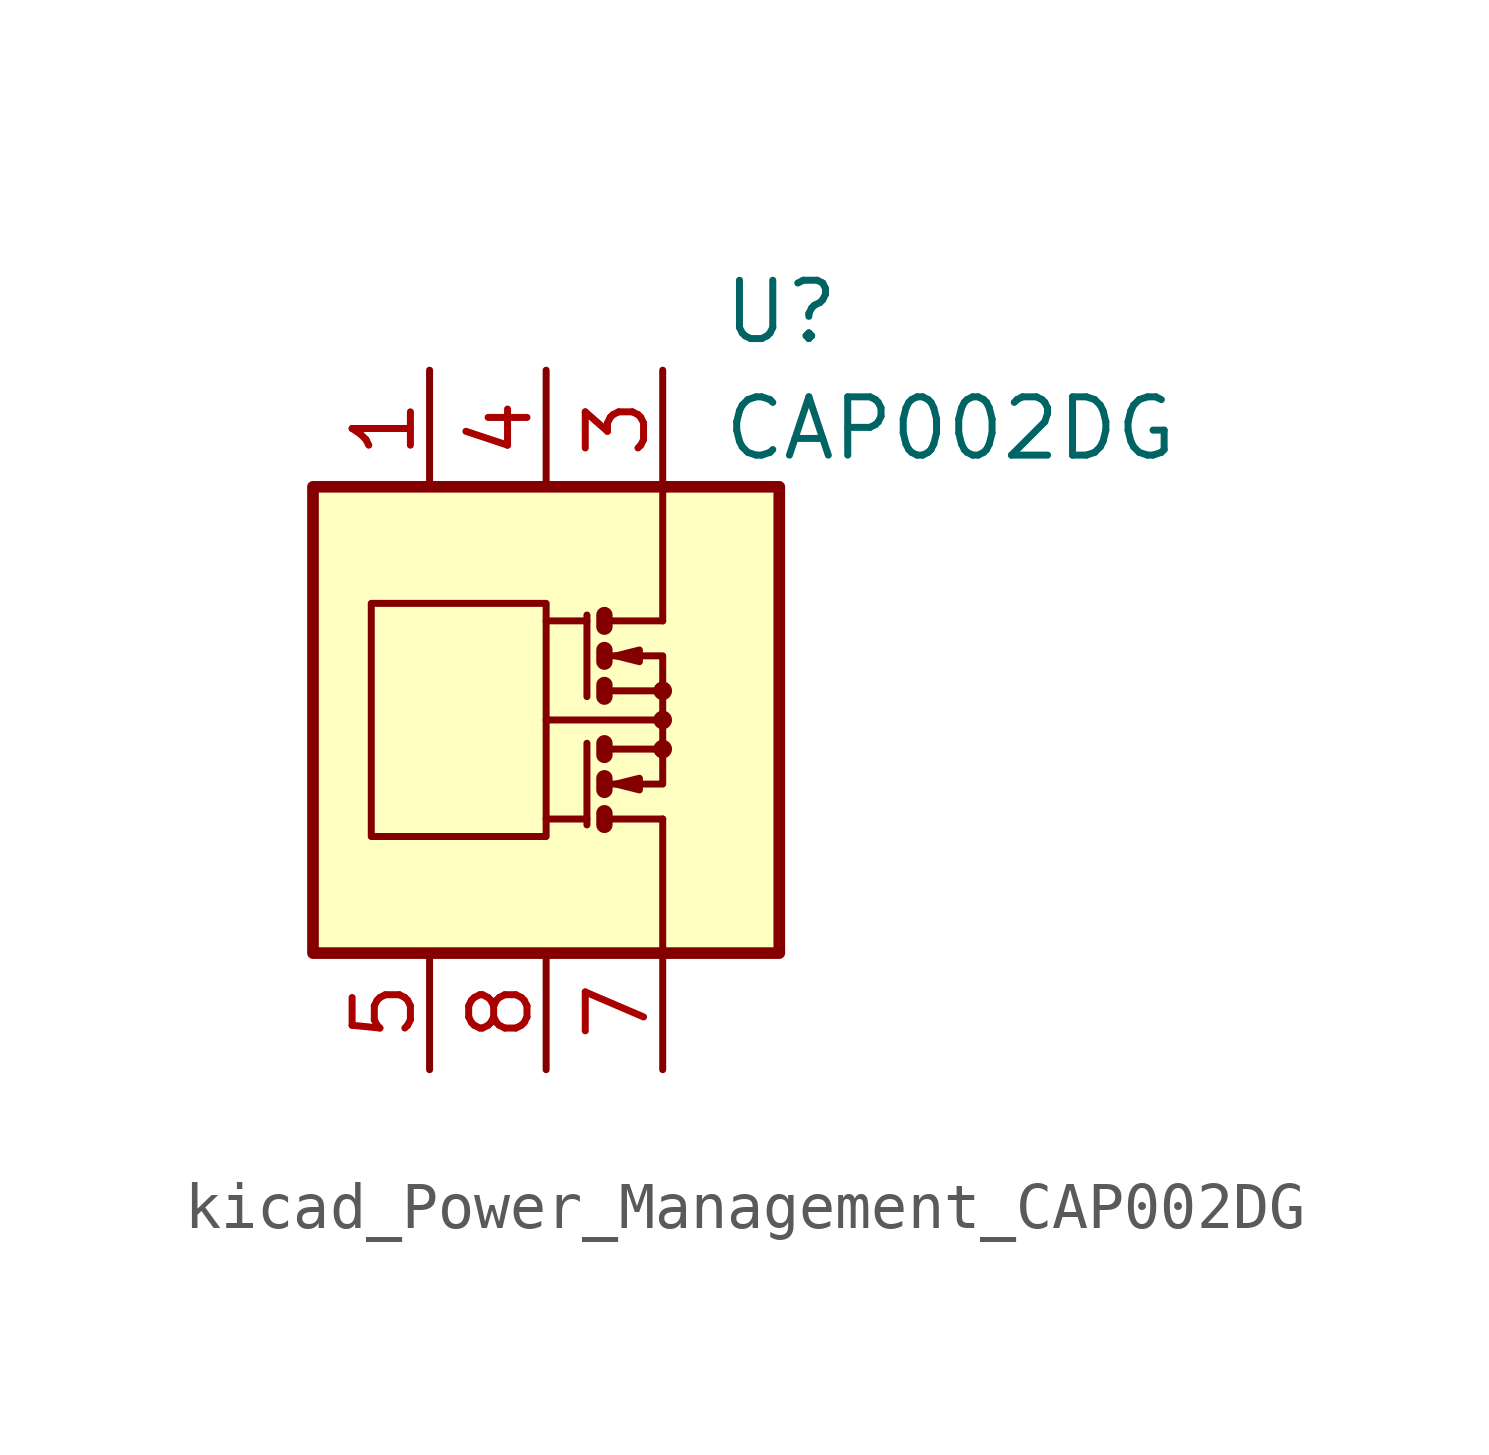
<source format=kicad_sym>
(kicad_symbol_lib
  (version 20220914)
  (generator kicad_symbol_editor)
  (symbol "kicad_Power_Management_CAP002DG"
    (pin_names
      (offset 1.27))
    (property "Reference" "U"
      (at 3.81 8.89 0)
      (effects (font (size 1.27 1.27)) (justify left)))
    (property "Value" "CAP002DG"
      (at 3.81 6.35 0)
      (effects (font (size 1.27 1.27)) (justify left)))
    (symbol "kicad_Power_Management_CAP002DG_0_1"
      (rectangle (start -5.08 5.08) (end 5.08 -5.08) (stroke (width 0.254) (type default)) (fill (type background)))
      (rectangle (start -3.81 2.54) (end 0 -2.54) (stroke (width 0) (type default)) (fill (type none)))
      (polyline (pts (xy 0.889 -2.159) (xy 0 -2.159)) (stroke (width 0) (type default)) (fill (type none)))
      (polyline (pts (xy 0.889 -0.508) (xy 0.889 -2.286)) (stroke (width 0) (type default)) (fill (type none)))
      (polyline (pts (xy 0.889 2.159) (xy 0 2.159)) (stroke (width 0) (type default)) (fill (type none)))
      (polyline (pts (xy 0.889 2.286) (xy 0.889 0.508)) (stroke (width 0) (type default)) (fill (type none)))
      (polyline (pts (xy 1.27 -2.159) (xy 2.54 -2.159)) (stroke (width 0) (type default)) (fill (type none)))
      (polyline (pts (xy 1.27 2.159) (xy 2.54 2.159)) (stroke (width 0) (type default)) (fill (type none)))
      (polyline (pts (xy 2.413 0) (xy 0 0)) (stroke (width 0) (type default)) (fill (type none)))
      (polyline (pts (xy 2.54 -2.159) (xy 2.54 -5.08)) (stroke (width 0) (type default)) (fill (type none)))
      (polyline (pts (xy 1.27 -2.032) (xy 1.27 -2.286) (xy 1.27 -2.286)) (stroke (width 0.356) (type default)) (fill (type none)))
      (polyline (pts (xy 1.27 -1.27) (xy 1.27 -1.524) (xy 1.27 -1.524)) (stroke (width 0.356) (type default)) (fill (type none)))
      (polyline (pts (xy 1.27 0.762) (xy 1.27 0.508) (xy 1.27 0.508)) (stroke (width 0.356) (type default)) (fill (type none)))
      (polyline (pts (xy 1.27 1.524) (xy 1.27 1.27) (xy 1.27 1.27)) (stroke (width 0.356) (type default)) (fill (type none)))
      (polyline (pts (xy 1.27 2.286) (xy 1.27 2.032) (xy 1.27 2.032)) (stroke (width 0.356) (type default)) (fill (type none)))
      (polyline (pts (xy 1.397 -1.397) (xy 2.54 -1.397) (xy 2.54 -0.635)) (stroke (width 0) (type default)) (fill (type none)))
      (polyline (pts (xy 1.397 1.397) (xy 2.54 1.397) (xy 2.54 0.635)) (stroke (width 0) (type default)) (fill (type none)))
      (polyline (pts (xy 2.54 2.159) (xy 2.54 5.08) (xy 2.54 3.175)) (stroke (width 0) (type default)) (fill (type none)))
      (polyline (pts (xy 1.397 -0.635) (xy 2.54 -0.635) (xy 2.54 0.635) (xy 1.397 0.635)) (stroke (width 0) (type default)) (fill (type none)))
      (polyline (pts (xy 1.524 -1.397) (xy 2.032 -1.27) (xy 2.032 -1.524) (xy 1.524 -1.397)) (stroke (width 0) (type default)) (fill (type none)))
      (polyline (pts (xy 1.524 1.397) (xy 2.032 1.524) (xy 2.032 1.27) (xy 1.524 1.397)) (stroke (width 0) (type default)) (fill (type none)))
      (circle (center 2.54 -0.635) (radius 0.127) (stroke (width 0) (type default)) (fill (type none)))
      (circle (center 2.54 0) (radius 0.127) (stroke (width 0) (type default)) (fill (type none)))
      (circle (center 2.54 0.635) (radius 0.127) (stroke (width 0) (type default)) (fill (type none))))
    (symbol "kicad_Power_Management_CAP002DG_1_1"
      (polyline (pts (xy 1.27 -0.508) (xy 1.27 -0.762)) (stroke (width 0.356) (type default)) (fill (type none)))
      (pin passive line (at -2.54 7.62 270) (length 2.54) (name "~" (effects (font (size 1.27 1.27)))) (number "1" (effects (font (size 1.27 1.27)))))
      (pin passive line (at 2.54 7.62 270) (length 2.54) hide (name "~" (effects (font (size 1.27 1.27)))) (number "2" (effects (font (size 1.27 1.27)))))
      (pin passive line (at 2.54 7.62 270) (length 2.54) (name "~" (effects (font (size 1.27 1.27)))) (number "3" (effects (font (size 1.27 1.27)))))
      (pin passive line (at 0 7.62 270) (length 2.54) (name "~" (effects (font (size 1.27 1.27)))) (number "4" (effects (font (size 1.27 1.27)))))
      (pin passive line (at -2.54 -7.62 90) (length 2.54) (name "~" (effects (font (size 1.27 1.27)))) (number "5" (effects (font (size 1.27 1.27)))))
      (pin passive line (at 2.54 -7.62 90) (length 2.54) hide (name "~" (effects (font (size 1.27 1.27)))) (number "6" (effects (font (size 1.27 1.27)))))
      (pin passive line (at 2.54 -7.62 90) (length 2.54) (name "~" (effects (font (size 1.27 1.27)))) (number "7" (effects (font (size 1.27 1.27)))))
      (pin passive line (at 0 -7.62 90) (length 2.54) (name "~" (effects (font (size 1.27 1.27)))) (number "8" (effects (font (size 1.27 1.27))))))))
</source>
